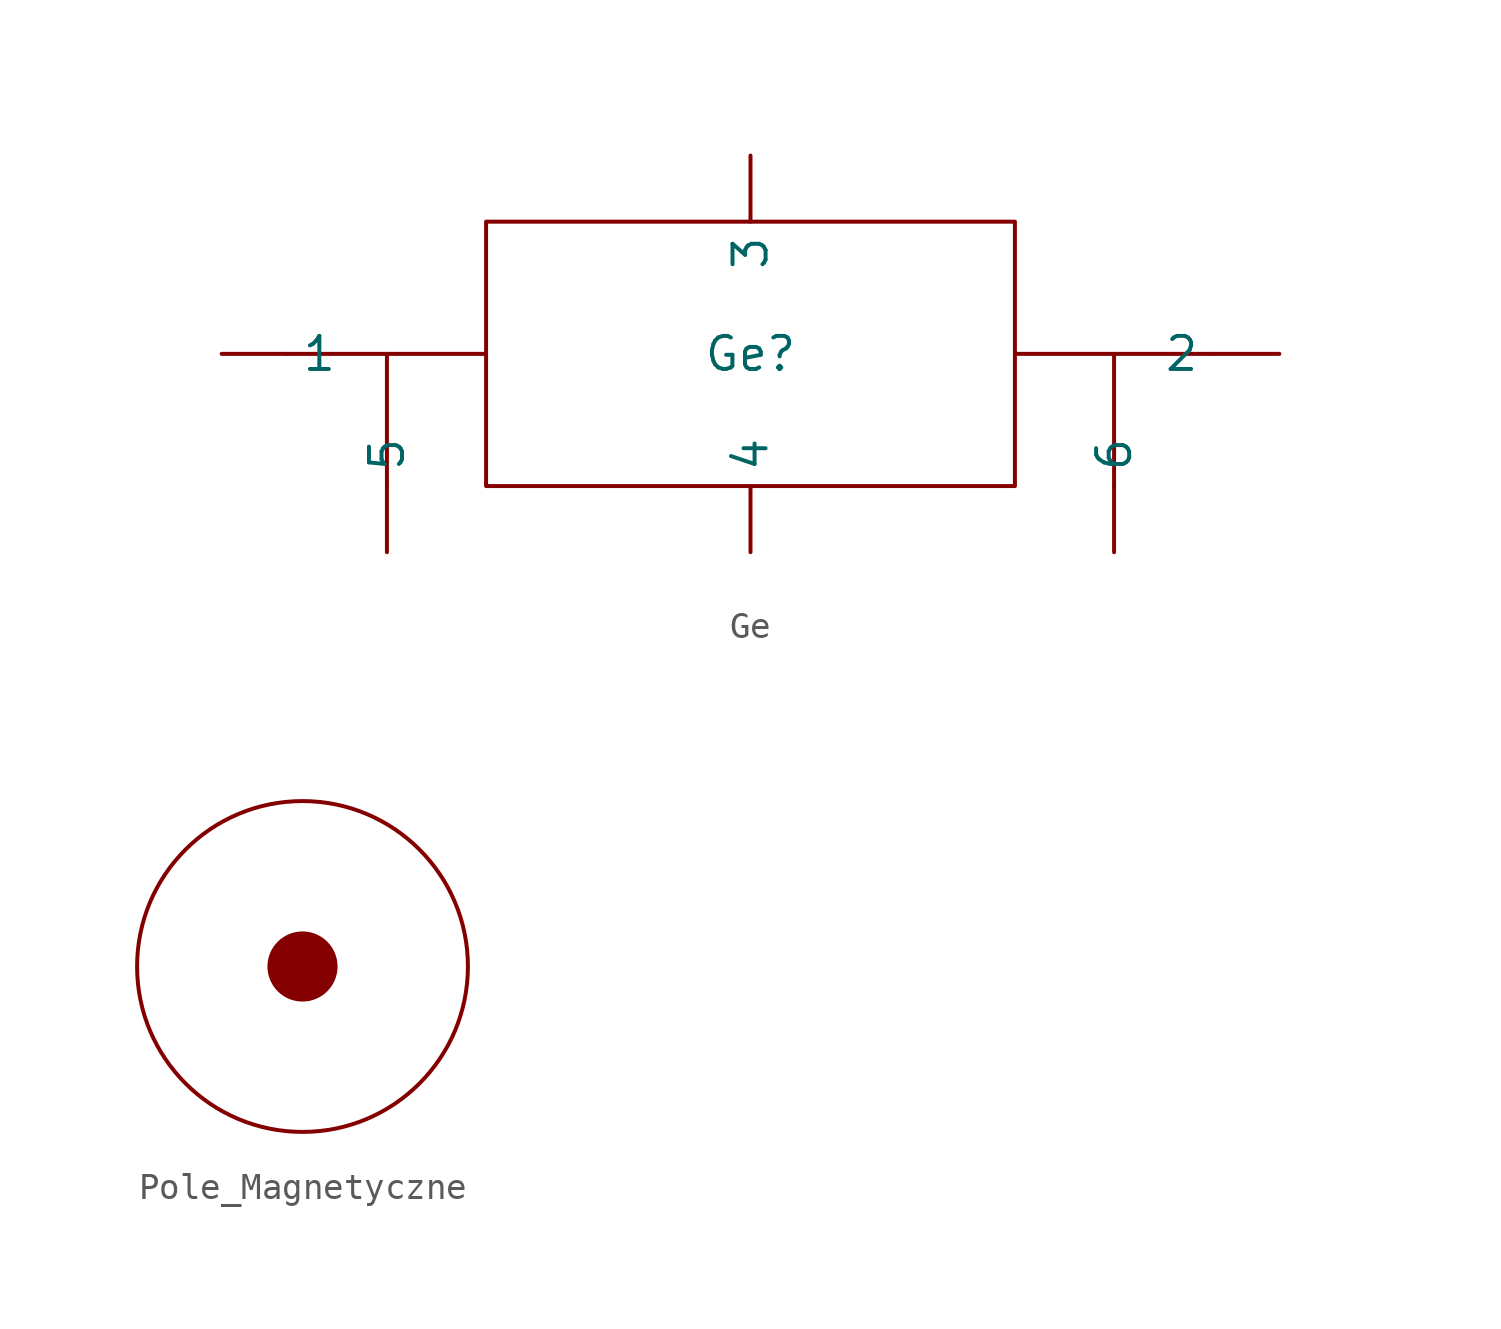
<source format=kicad_sym>
(kicad_symbol_lib
  (version 20241209)
  (generator "kicad_symbol_editor")
  (generator_version "9.0")
  (symbol "Ge"
    (property "Reference" "Ge"
      (at 0 0 0)
      (effects (font (size 1.27 1.27))))
    (property "Value" ""
      (at 0 0 0)
      (effects (font (size 1.27 1.27))))
    (symbol "Ge_0_1"
      (polyline (pts (xy -17.78 0) (xy -10.16 0)) (stroke (width 0) (type default)) (fill (type none)))
      (polyline (pts (xy -13.97 0) (xy -13.97 -5.08)) (stroke (width 0) (type default)) (fill (type none)))
      (rectangle (start -10.16 5.08) (end 10.16 -5.08) (stroke (width 0) (type default)) (fill (type none)))
      (polyline (pts (xy 13.97 0) (xy 13.97 -5.08)) (stroke (width 0) (type default)) (fill (type none)))
      (polyline (pts (xy 17.78 0) (xy 10.16 0)) (stroke (width 0) (type default)) (fill (type none))))
    (symbol "Ge_1_1"
      (pin input line (at -20.32 0 0) (length 2.54) (name "1" (effects (font (size 1.27 1.27)))) (number "" (effects (font (size 1.27 1.27)))))
      (pin input line (at -13.97 -7.62 90) (length 2.54) (name "5" (effects (font (size 1.27 1.27)))) (number "" (effects (font (size 1.27 1.27)))))
      (pin input line (at 0 7.62 270) (length 2.54) (name "3" (effects (font (size 1.27 1.27)))) (number "" (effects (font (size 1.27 1.27)))))
      (pin input line (at 0 -7.62 90) (length 2.54) (name "4" (effects (font (size 1.27 1.27)))) (number "" (effects (font (size 1.27 1.27)))))
      (pin input line (at 13.97 -7.62 90) (length 2.54) (name "6" (effects (font (size 1.27 1.27)))) (number "" (effects (font (size 1.27 1.27)))))
      (pin input line (at 20.32 0 180) (length 2.54) (name "2" (effects (font (size 1.27 1.27)))) (number "" (effects (font (size 1.27 1.27)))))))
  (symbol "Pole_Magnetyczne"
    (property "Reference" "U"
      (at 8.636 2.032 0)
      (effects (font (size 1.27 1.27)) (hide yes)))
    (property "Value" ""
      (at 0 0 0)
      (effects (font (size 1.27 1.27))))
    (symbol "Pole_Magnetyczne_0_1"
      (circle (center 0 0) (radius 6.35) (stroke (width 0) (type default)) (fill (type none))))
    (symbol "Pole_Magnetyczne_1_1"
      (circle (center 0 0) (radius 1.27) (stroke (width 0) (type solid)) (fill (type color) (color 132 0 0 1))))))
</source>
